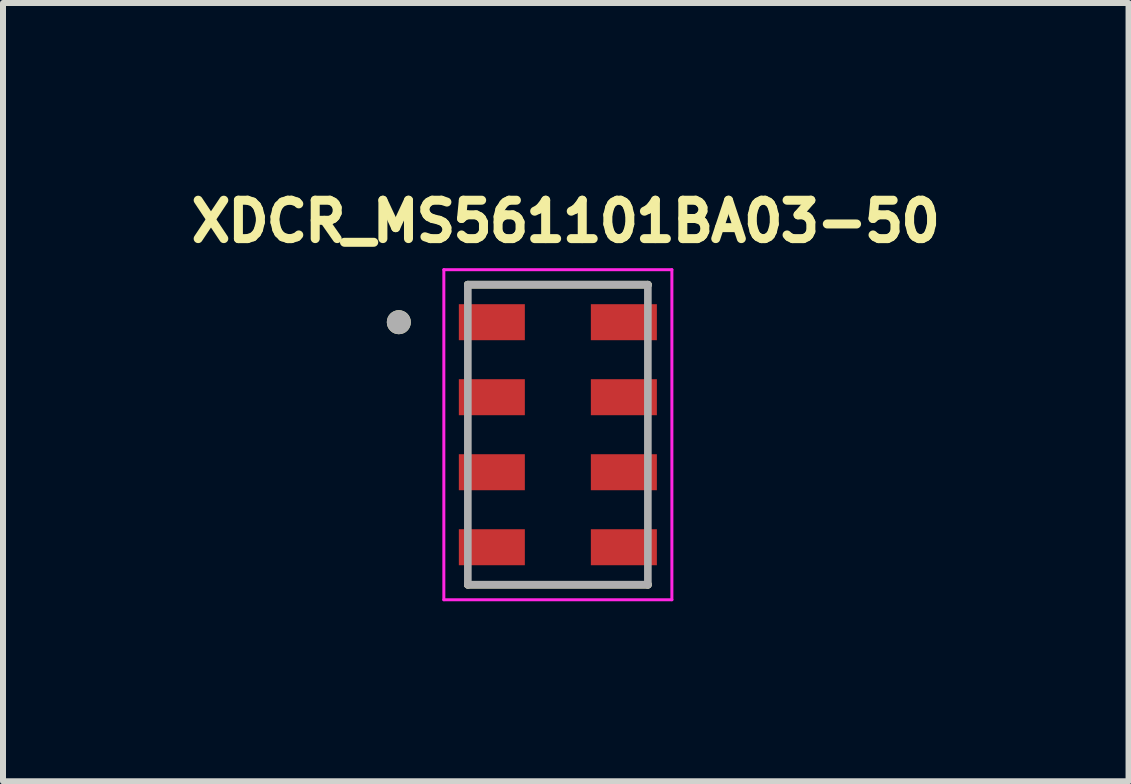
<source format=kicad_pcb>
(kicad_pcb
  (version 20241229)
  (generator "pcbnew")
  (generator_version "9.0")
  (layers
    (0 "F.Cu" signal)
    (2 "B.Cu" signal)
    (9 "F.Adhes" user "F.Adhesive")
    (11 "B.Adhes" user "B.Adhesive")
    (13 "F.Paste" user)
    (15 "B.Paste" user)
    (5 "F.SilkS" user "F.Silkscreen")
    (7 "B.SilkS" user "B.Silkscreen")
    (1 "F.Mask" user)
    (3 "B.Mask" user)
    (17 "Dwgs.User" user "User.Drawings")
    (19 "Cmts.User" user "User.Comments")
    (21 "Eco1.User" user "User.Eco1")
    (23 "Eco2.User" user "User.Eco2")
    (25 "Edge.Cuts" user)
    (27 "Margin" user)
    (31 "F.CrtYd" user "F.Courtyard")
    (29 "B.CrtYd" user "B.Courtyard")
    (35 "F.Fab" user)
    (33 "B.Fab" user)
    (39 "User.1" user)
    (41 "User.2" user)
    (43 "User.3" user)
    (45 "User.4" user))
  (footprint "XDCR_MS561101BA03-50"
    (layer "F.Cu")
    (at 6.246 4.194)
    (property "Reference" "XDCR_MS561101BA03-50" (at 0.132 -3.556 0) (layer "F.SilkS") (effects (font (size 0.64 0.64) (thickness 0.15))))
    (attr smd)
    (fp_line (start -1.5 -2.5) (end -1.5 -2.495) (stroke (width 0.127) (type solid)) (layer "F.SilkS"))
    (fp_line (start -1.5 2.5) (end -1.5 2.495) (stroke (width 0.127) (type solid)) (layer "F.SilkS"))
    (fp_line (start -1.5 2.5) (end 1.5 2.5) (stroke (width 0.127) (type solid)) (layer "F.SilkS"))
    (fp_line (start 1.5 -2.5) (end -1.5 -2.5) (stroke (width 0.127) (type solid)) (layer "F.SilkS"))
    (fp_line (start 1.5 -2.495) (end 1.5 -2.5) (stroke (width 0.127) (type solid)) (layer "F.SilkS"))
    (fp_line (start 1.5 2.5) (end 1.5 2.495) (stroke (width 0.127) (type solid)) (layer "F.SilkS"))
    (fp_circle (center -2.65 -1.875) (end -2.55 -1.875) (stroke (width 0.2) (type solid)) (fill no) (layer "F.SilkS"))
    (fp_line (start -1.9 -2.75) (end -1.9 2.75) (stroke (width 0.05) (type solid)) (layer "F.CrtYd"))
    (fp_line (start -1.9 2.75) (end 1.9 2.75) (stroke (width 0.05) (type solid)) (layer "F.CrtYd"))
    (fp_line (start 1.9 -2.75) (end -1.9 -2.75) (stroke (width 0.05) (type solid)) (layer "F.CrtYd"))
    (fp_line (start 1.9 2.75) (end 1.9 -2.75) (stroke (width 0.05) (type solid)) (layer "F.CrtYd"))
    (fp_line (start -1.5 -2.5) (end -1.5 2.5) (stroke (width 0.127) (type solid)) (layer "F.Fab"))
    (fp_line (start -1.5 2.5) (end 1.5 2.5) (stroke (width 0.127) (type solid)) (layer "F.Fab"))
    (fp_line (start 1.5 -2.5) (end -1.5 -2.5) (stroke (width 0.127) (type solid)) (layer "F.Fab"))
    (fp_line (start 1.5 2.5) (end 1.5 -2.5) (stroke (width 0.127) (type solid)) (layer "F.Fab"))
    (fp_circle (center -2.65 -1.875) (end -2.55 -1.875) (stroke (width 0.2) (type solid)) (fill no) (layer "F.Fab"))
    (pad "1" smd rect (at -1.1 -1.875) (size 1.1 0.6) (layers "F.Cu" "F.Mask" "F.Paste"))
    (pad "2" smd rect (at -1.1 -0.625) (size 1.1 0.6) (layers "F.Cu" "F.Mask" "F.Paste"))
    (pad "3" smd rect (at -1.1 0.625) (size 1.1 0.6) (layers "F.Cu" "F.Mask" "F.Paste"))
    (pad "4" smd rect (at -1.1 1.875) (size 1.1 0.6) (layers "F.Cu" "F.Mask" "F.Paste"))
    (pad "5" smd rect (at 1.1 1.875) (size 1.1 0.6) (layers "F.Cu" "F.Mask" "F.Paste"))
    (pad "6" smd rect (at 1.1 0.625) (size 1.1 0.6) (layers "F.Cu" "F.Mask" "F.Paste"))
    (pad "7" smd rect (at 1.1 -0.625) (size 1.1 0.6) (layers "F.Cu" "F.Mask" "F.Paste"))
    (pad "8" smd rect (at 1.1 -1.875) (size 1.1 0.6) (layers "F.Cu" "F.Mask" "F.Paste"))
    (zone (net_name "") (layer "F.Cu") (hatch full 0.508) (connect_pads) (min_thickness 0.01) (filled_areas_thickness no) (keepout (tracks not_allowed) (vias not_allowed) (pads not_allowed) (copperpour not_allowed) (footprints allowed)) (placement (enabled no)) (fill) (polygon (pts (xy 5.696 2.019) (xy 6.796 2.019) (xy 6.796 2.619) (xy 7.896 2.619) (xy 7.896 3.269) (xy 6.796 3.269) (xy 6.796 3.869) (xy 7.896 3.869) (xy 7.896 4.519) (xy 6.796 4.519) (xy 6.796 5.119) (xy 7.896 5.119) (xy 7.896 5.769) (xy 6.796 5.769) (xy 6.796 6.394) (xy 6.796 6.369) (xy 5.696 6.369) (xy 5.696 5.769) (xy 4.596 5.769) (xy 4.596 5.119) (xy 5.696 5.119) (xy 5.696 4.519) (xy 4.596 4.519) (xy 4.596 3.869) (xy 5.696 3.869) (xy 5.696 3.269) (xy 4.596 3.269) (xy 4.596 2.619) (xy 5.696 2.619))))
    (zone (net_name "") (layers "F.Cu" "B.Cu") (hatch full 0.508) (connect_pads) (min_thickness 0.01) (filled_areas_thickness no) (keepout (tracks allowed) (vias not_allowed) (pads allowed) (copperpour allowed) (footprints allowed)) (placement (enabled no)) (fill) (polygon (pts (xy 5.696 2.019) (xy 6.796 2.019) (xy 6.796 2.619) (xy 7.896 2.619) (xy 7.896 3.269) (xy 6.796 3.269) (xy 6.796 3.869) (xy 7.896 3.869) (xy 7.896 4.519) (xy 6.796 4.519) (xy 6.796 5.119) (xy 7.896 5.119) (xy 7.896 5.769) (xy 6.796 5.769) (xy 6.796 6.394) (xy 6.796 6.369) (xy 5.696 6.369) (xy 5.696 5.769) (xy 4.596 5.769) (xy 4.596 5.119) (xy 5.696 5.119) (xy 5.696 4.519) (xy 4.596 4.519) (xy 4.596 3.869) (xy 5.696 3.869) (xy 5.696 3.269) (xy 4.596 3.269) (xy 4.596 2.619) (xy 5.696 2.619)))))
  (gr_rect
    (start -3 -3)
    (end 15.756 9.969)
    (stroke (width 0.1) (type default))
    (fill no)
    (layer "Edge.Cuts")))
</source>
